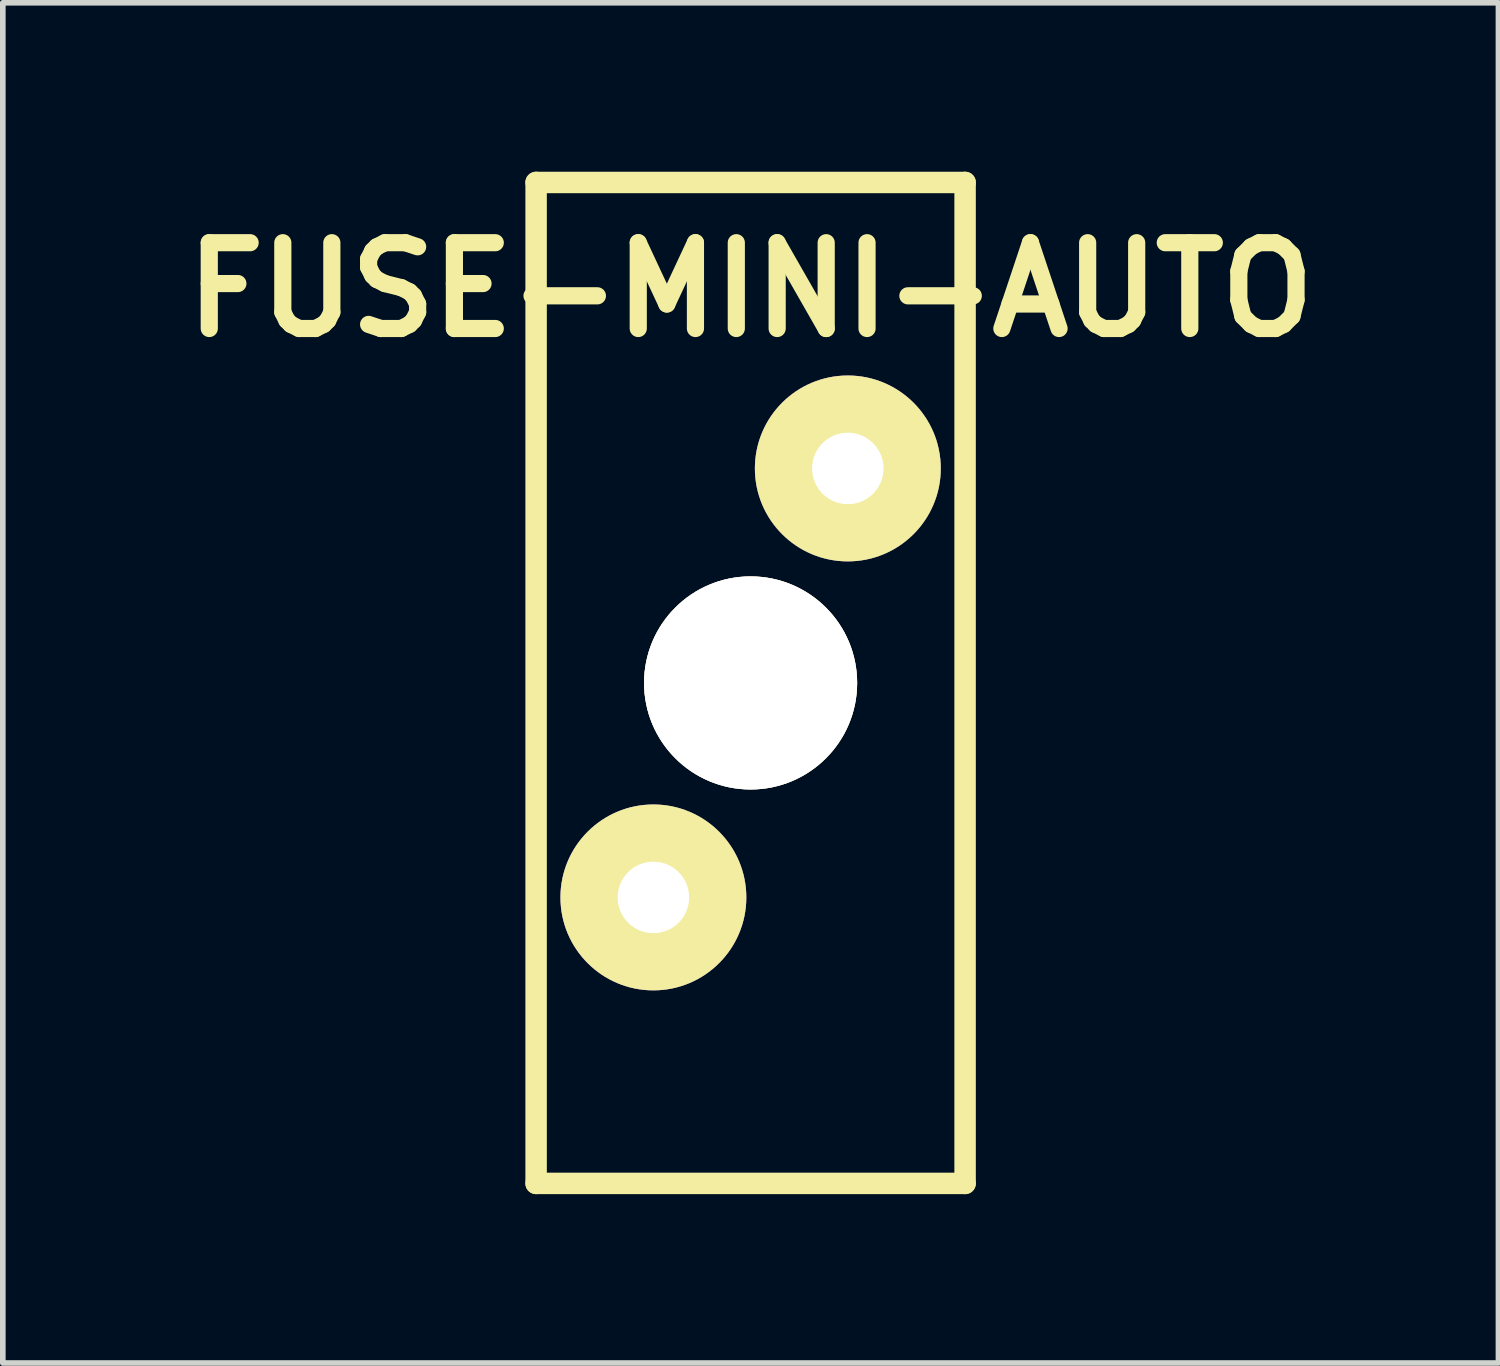
<source format=kicad_pcb>
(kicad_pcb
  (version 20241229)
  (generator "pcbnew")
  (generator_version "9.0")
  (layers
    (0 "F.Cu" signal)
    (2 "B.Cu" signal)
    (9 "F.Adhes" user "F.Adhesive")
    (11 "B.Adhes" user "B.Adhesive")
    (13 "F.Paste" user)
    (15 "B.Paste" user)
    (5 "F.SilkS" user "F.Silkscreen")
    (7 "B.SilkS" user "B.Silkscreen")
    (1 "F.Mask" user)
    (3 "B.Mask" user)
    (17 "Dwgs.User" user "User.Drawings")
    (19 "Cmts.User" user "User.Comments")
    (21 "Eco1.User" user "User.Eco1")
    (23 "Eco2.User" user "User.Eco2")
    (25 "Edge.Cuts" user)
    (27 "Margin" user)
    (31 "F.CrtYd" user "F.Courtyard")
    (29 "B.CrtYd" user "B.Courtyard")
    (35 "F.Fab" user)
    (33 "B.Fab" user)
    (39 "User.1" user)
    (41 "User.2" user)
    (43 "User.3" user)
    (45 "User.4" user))
  (footprint "FUSE-MINI-AUTO"
    (layer "F.Cu")
    (at 10.283 9.081)
    (property "Reference" "FUSE-MINI-AUTO" (at 0 -6.985 0) (layer "F.SilkS") (effects (font (size 1.524 1.524) (thickness 0.305))))
    (attr through_hole)
    (fp_line (start -3.81 -8.89) (end 3.81 -8.89) (stroke (width 0.381) (type solid)) (layer "F.SilkS"))
    (fp_line (start -3.81 8.89) (end -3.81 -8.89) (stroke (width 0.381) (type solid)) (layer "F.SilkS"))
    (fp_line (start 3.81 -8.89) (end 3.81 8.89) (stroke (width 0.381) (type solid)) (layer "F.SilkS"))
    (fp_line (start 3.81 8.89) (end -3.81 8.89) (stroke (width 0.381) (type solid)) (layer "F.SilkS"))
    (pad "" thru_hole circle (at 0 0) (size 3.785 3.785) (drill 3.785) (layers "*.Cu" "*.Mask" "F.SilkS"))
    (pad "1" thru_hole circle (at 1.727 -3.81) (size 3.302 3.302) (drill 1.27) (layers "*.Cu" "*.Mask" "F.SilkS"))
    (pad "2" thru_hole circle (at -1.727 3.81) (size 3.302 3.302) (drill 1.27) (layers "*.Cu" "*.Mask" "F.SilkS")))
  (gr_rect
    (start -3 -3)
    (end 23.567 21.161)
    (stroke (width 0.1) (type default))
    (fill no)
    (layer "Edge.Cuts")))
</source>
